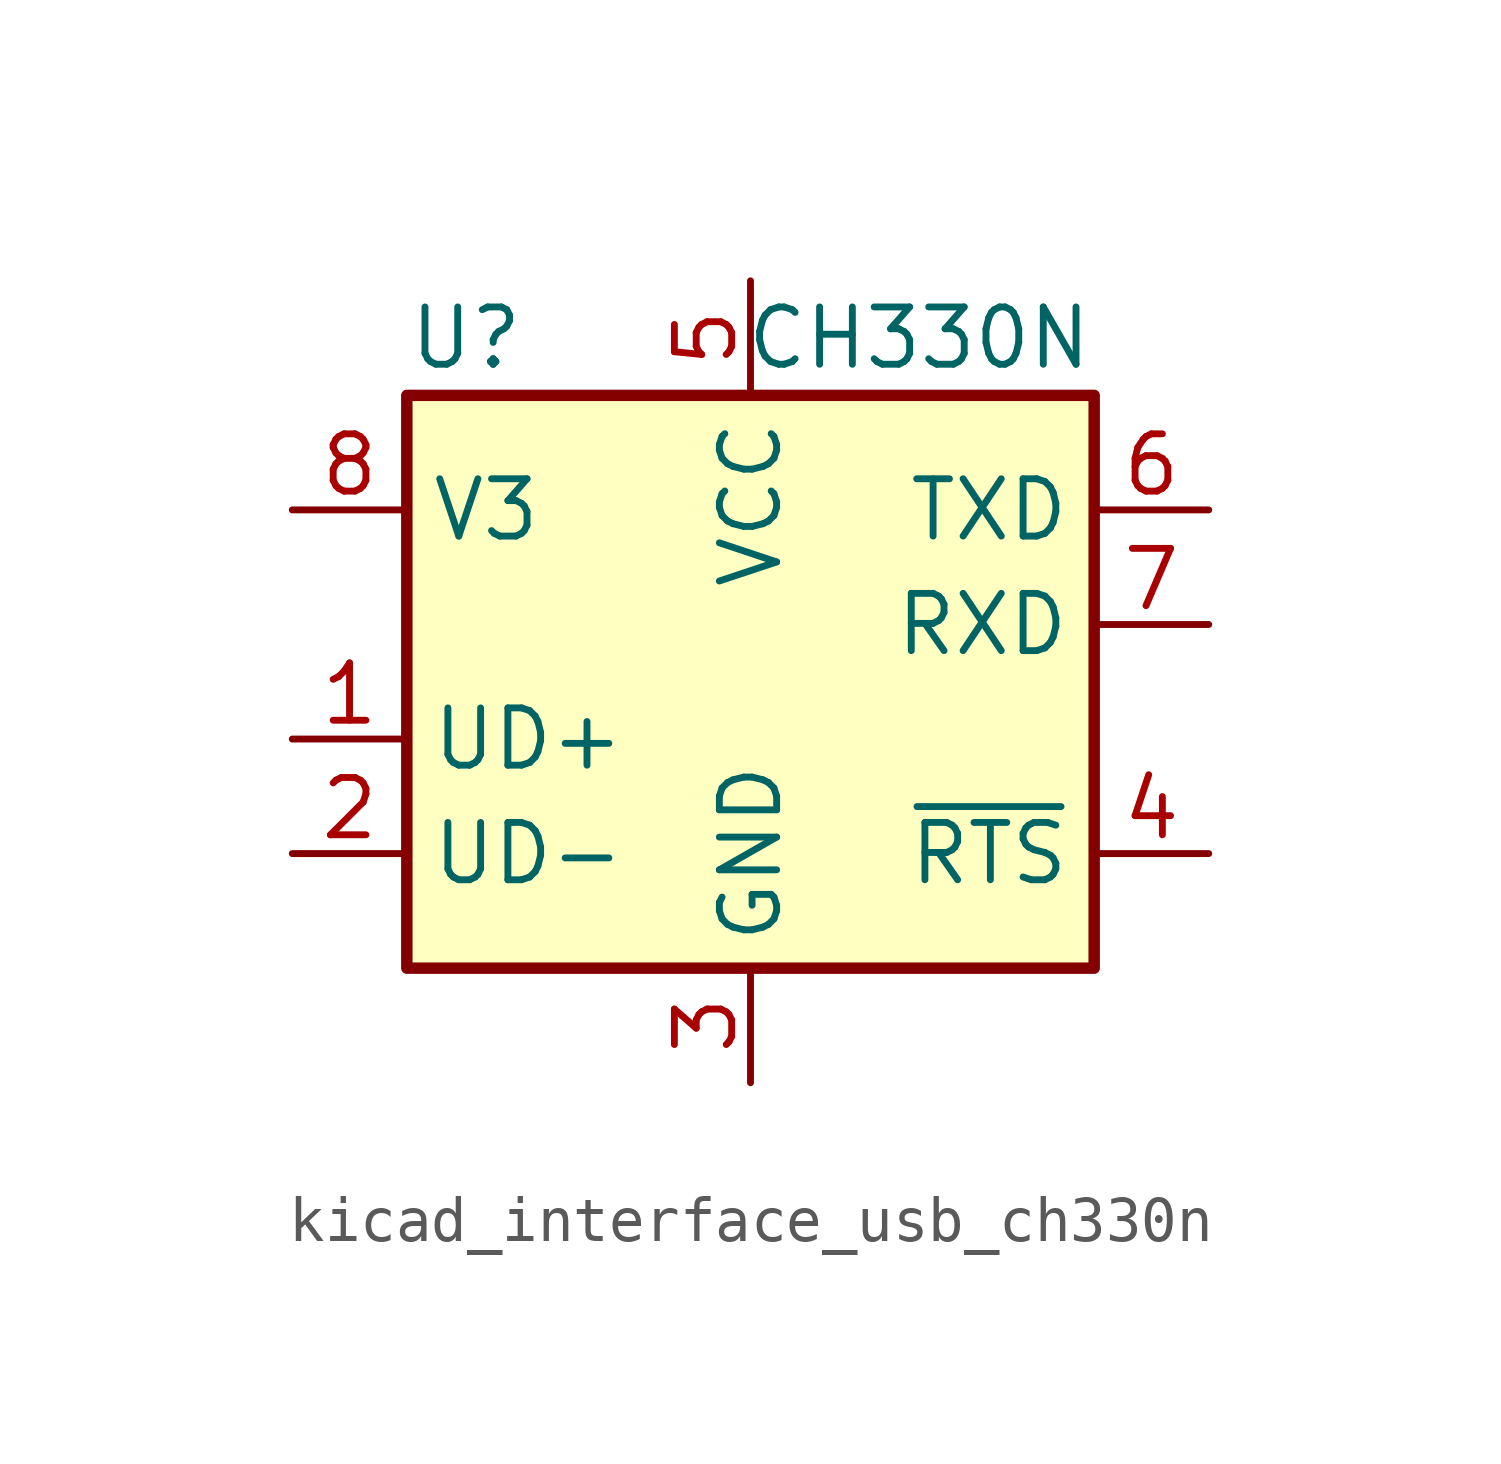
<source format=kicad_sym>
(kicad_symbol_lib
  (version 20220914)
  (generator kicad_symbol_editor)
  (symbol "kicad_interface_usb_ch330n"
    (property "Reference" "U"
      (at -7.62 6.35 0)
      (effects (font (size 1.27 1.27)) (justify left)))
    (property "Value" "CH330N"
      (at 7.62 6.35 0)
      (effects (font (size 1.27 1.27)) (justify right)))
    (symbol "kicad_interface_usb_ch330n_0_1"
      (rectangle (start -7.62 5.08) (end 7.62 -7.62) (stroke (width 0.254) (type default)) (fill (type background))))
    (symbol "kicad_interface_usb_ch330n_1_1"
      (pin bidirectional line (at -10.16 -2.54 0) (length 2.54) (name "UD+" (effects (font (size 1.27 1.27)))) (number "1" (effects (font (size 1.27 1.27)))))
      (pin bidirectional line (at -10.16 -5.08 0) (length 2.54) (name "UD-" (effects (font (size 1.27 1.27)))) (number "2" (effects (font (size 1.27 1.27)))))
      (pin power_in line (at 0 -10.16 90) (length 2.54) (name "GND" (effects (font (size 1.27 1.27)))) (number "3" (effects (font (size 1.27 1.27)))))
      (pin output line (at 10.16 -5.08 180) (length 2.54) (name "~{RTS}" (effects (font (size 1.27 1.27)))) (number "4" (effects (font (size 1.27 1.27)))))
      (pin power_in line (at 0 7.62 270) (length 2.54) (name "VCC" (effects (font (size 1.27 1.27)))) (number "5" (effects (font (size 1.27 1.27)))))
      (pin output line (at 10.16 2.54 180) (length 2.54) (name "TXD" (effects (font (size 1.27 1.27)))) (number "6" (effects (font (size 1.27 1.27)))))
      (pin input line (at 10.16 0 180) (length 2.54) (name "RXD" (effects (font (size 1.27 1.27)))) (number "7" (effects (font (size 1.27 1.27)))))
      (pin passive line (at -10.16 2.54 0) (length 2.54) (name "V3" (effects (font (size 1.27 1.27)))) (number "8" (effects (font (size 1.27 1.27))))))))
</source>
